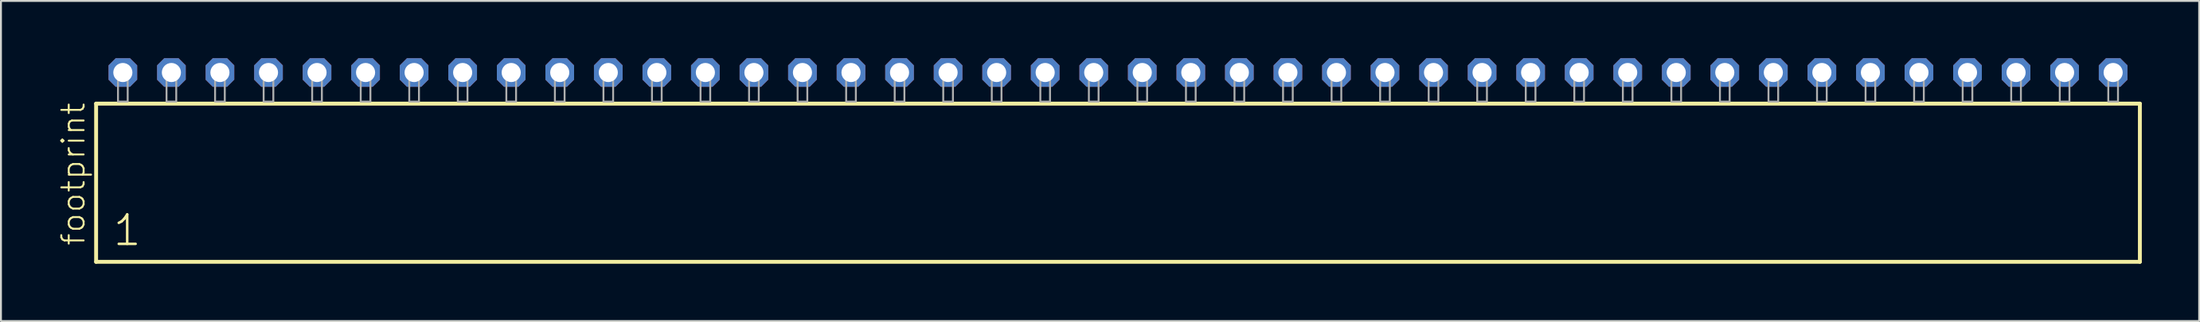
<source format=kicad_pcb>
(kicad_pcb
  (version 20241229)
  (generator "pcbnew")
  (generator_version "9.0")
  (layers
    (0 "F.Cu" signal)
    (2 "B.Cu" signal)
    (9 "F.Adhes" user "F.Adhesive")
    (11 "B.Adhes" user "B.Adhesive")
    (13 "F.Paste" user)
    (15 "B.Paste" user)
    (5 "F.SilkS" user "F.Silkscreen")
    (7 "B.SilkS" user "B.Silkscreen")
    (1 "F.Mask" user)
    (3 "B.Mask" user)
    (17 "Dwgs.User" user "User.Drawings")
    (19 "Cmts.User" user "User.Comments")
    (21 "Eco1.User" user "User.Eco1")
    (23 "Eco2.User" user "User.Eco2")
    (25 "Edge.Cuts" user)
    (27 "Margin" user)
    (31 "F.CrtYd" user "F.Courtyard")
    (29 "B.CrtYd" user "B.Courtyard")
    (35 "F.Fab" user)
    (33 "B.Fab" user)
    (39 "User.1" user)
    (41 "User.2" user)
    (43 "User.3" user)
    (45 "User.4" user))
  (footprint "footprint"
    (layer "F.Cu")
    (at 55.448 2.274)
    (property "Reference" "footprint" (at -53.975 7.62 90) (layer "F.SilkS") (effects (font (size 1.168 1.168) (thickness 0.102)) (justify left bottom)))
    (fp_line (start -53.469 0.106) (end -53.469 8.396) (stroke (width 0.203) (type solid)) (layer "F.SilkS"))
    (fp_line (start -53.469 8.396) (end 53.469 8.396) (stroke (width 0.203) (type solid)) (layer "F.SilkS"))
    (fp_line (start 53.469 0.106) (end -53.469 0.106) (stroke (width 0.203) (type solid)) (layer "F.SilkS"))
    (fp_line (start 53.469 8.396) (end 53.469 0.106) (stroke (width 0.203) (type solid)) (layer "F.SilkS"))
    (fp_poly (pts (xy -52.324 0) (xy -51.816 0) (xy -51.816 -1.778) (xy -52.324 -1.778)) (stroke (width 0.1) (type solid)) (fill no) (layer "F.Fab"))
    (fp_poly (pts (xy -49.784 0) (xy -49.276 0) (xy -49.276 -1.778) (xy -49.784 -1.778)) (stroke (width 0.1) (type solid)) (fill no) (layer "F.Fab"))
    (fp_poly (pts (xy -47.244 0) (xy -46.736 0) (xy -46.736 -1.778) (xy -47.244 -1.778)) (stroke (width 0.1) (type solid)) (fill no) (layer "F.Fab"))
    (fp_poly (pts (xy -44.704 0) (xy -44.196 0) (xy -44.196 -1.778) (xy -44.704 -1.778)) (stroke (width 0.1) (type solid)) (fill no) (layer "F.Fab"))
    (fp_poly (pts (xy -42.164 0) (xy -41.656 0) (xy -41.656 -1.778) (xy -42.164 -1.778)) (stroke (width 0.1) (type solid)) (fill no) (layer "F.Fab"))
    (fp_poly (pts (xy -39.624 0) (xy -39.116 0) (xy -39.116 -1.778) (xy -39.624 -1.778)) (stroke (width 0.1) (type solid)) (fill no) (layer "F.Fab"))
    (fp_poly (pts (xy -37.084 0) (xy -36.576 0) (xy -36.576 -1.778) (xy -37.084 -1.778)) (stroke (width 0.1) (type solid)) (fill no) (layer "F.Fab"))
    (fp_poly (pts (xy -34.544 0) (xy -34.036 0) (xy -34.036 -1.778) (xy -34.544 -1.778)) (stroke (width 0.1) (type solid)) (fill no) (layer "F.Fab"))
    (fp_poly (pts (xy -32.004 0) (xy -31.496 0) (xy -31.496 -1.778) (xy -32.004 -1.778)) (stroke (width 0.1) (type solid)) (fill no) (layer "F.Fab"))
    (fp_poly (pts (xy -29.464 0) (xy -28.956 0) (xy -28.956 -1.778) (xy -29.464 -1.778)) (stroke (width 0.1) (type solid)) (fill no) (layer "F.Fab"))
    (fp_poly (pts (xy -26.924 0) (xy -26.416 0) (xy -26.416 -1.778) (xy -26.924 -1.778)) (stroke (width 0.1) (type solid)) (fill no) (layer "F.Fab"))
    (fp_poly (pts (xy -24.384 0) (xy -23.876 0) (xy -23.876 -1.778) (xy -24.384 -1.778)) (stroke (width 0.1) (type solid)) (fill no) (layer "F.Fab"))
    (fp_poly (pts (xy -21.844 0) (xy -21.336 0) (xy -21.336 -1.778) (xy -21.844 -1.778)) (stroke (width 0.1) (type solid)) (fill no) (layer "F.Fab"))
    (fp_poly (pts (xy -19.304 0) (xy -18.796 0) (xy -18.796 -1.778) (xy -19.304 -1.778)) (stroke (width 0.1) (type solid)) (fill no) (layer "F.Fab"))
    (fp_poly (pts (xy -16.764 0) (xy -16.256 0) (xy -16.256 -1.778) (xy -16.764 -1.778)) (stroke (width 0.1) (type solid)) (fill no) (layer "F.Fab"))
    (fp_poly (pts (xy -14.224 0) (xy -13.716 0) (xy -13.716 -1.778) (xy -14.224 -1.778)) (stroke (width 0.1) (type solid)) (fill no) (layer "F.Fab"))
    (fp_poly (pts (xy -11.684 0) (xy -11.176 0) (xy -11.176 -1.778) (xy -11.684 -1.778)) (stroke (width 0.1) (type solid)) (fill no) (layer "F.Fab"))
    (fp_poly (pts (xy -9.144 0) (xy -8.636 0) (xy -8.636 -1.778) (xy -9.144 -1.778)) (stroke (width 0.1) (type solid)) (fill no) (layer "F.Fab"))
    (fp_poly (pts (xy -6.604 0) (xy -6.096 0) (xy -6.096 -1.778) (xy -6.604 -1.778)) (stroke (width 0.1) (type solid)) (fill no) (layer "F.Fab"))
    (fp_poly (pts (xy -4.064 0) (xy -3.556 0) (xy -3.556 -1.778) (xy -4.064 -1.778)) (stroke (width 0.1) (type solid)) (fill no) (layer "F.Fab"))
    (fp_poly (pts (xy -1.524 0) (xy -1.016 0) (xy -1.016 -1.778) (xy -1.524 -1.778)) (stroke (width 0.1) (type solid)) (fill no) (layer "F.Fab"))
    (fp_poly (pts (xy 1.016 0) (xy 1.524 0) (xy 1.524 -1.778) (xy 1.016 -1.778)) (stroke (width 0.1) (type solid)) (fill no) (layer "F.Fab"))
    (fp_poly (pts (xy 3.556 0) (xy 4.064 0) (xy 4.064 -1.778) (xy 3.556 -1.778)) (stroke (width 0.1) (type solid)) (fill no) (layer "F.Fab"))
    (fp_poly (pts (xy 6.096 0) (xy 6.604 0) (xy 6.604 -1.778) (xy 6.096 -1.778)) (stroke (width 0.1) (type solid)) (fill no) (layer "F.Fab"))
    (fp_poly (pts (xy 8.636 0) (xy 9.144 0) (xy 9.144 -1.778) (xy 8.636 -1.778)) (stroke (width 0.1) (type solid)) (fill no) (layer "F.Fab"))
    (fp_poly (pts (xy 11.176 0) (xy 11.684 0) (xy 11.684 -1.778) (xy 11.176 -1.778)) (stroke (width 0.1) (type solid)) (fill no) (layer "F.Fab"))
    (fp_poly (pts (xy 13.716 0) (xy 14.224 0) (xy 14.224 -1.778) (xy 13.716 -1.778)) (stroke (width 0.1) (type solid)) (fill no) (layer "F.Fab"))
    (fp_poly (pts (xy 16.256 0) (xy 16.764 0) (xy 16.764 -1.778) (xy 16.256 -1.778)) (stroke (width 0.1) (type solid)) (fill no) (layer "F.Fab"))
    (fp_poly (pts (xy 18.796 0) (xy 19.304 0) (xy 19.304 -1.778) (xy 18.796 -1.778)) (stroke (width 0.1) (type solid)) (fill no) (layer "F.Fab"))
    (fp_poly (pts (xy 21.336 0) (xy 21.844 0) (xy 21.844 -1.778) (xy 21.336 -1.778)) (stroke (width 0.1) (type solid)) (fill no) (layer "F.Fab"))
    (fp_poly (pts (xy 23.876 0) (xy 24.384 0) (xy 24.384 -1.778) (xy 23.876 -1.778)) (stroke (width 0.1) (type solid)) (fill no) (layer "F.Fab"))
    (fp_poly (pts (xy 26.416 0) (xy 26.924 0) (xy 26.924 -1.778) (xy 26.416 -1.778)) (stroke (width 0.1) (type solid)) (fill no) (layer "F.Fab"))
    (fp_poly (pts (xy 28.956 0) (xy 29.464 0) (xy 29.464 -1.778) (xy 28.956 -1.778)) (stroke (width 0.1) (type solid)) (fill no) (layer "F.Fab"))
    (fp_poly (pts (xy 31.496 0) (xy 32.004 0) (xy 32.004 -1.778) (xy 31.496 -1.778)) (stroke (width 0.1) (type solid)) (fill no) (layer "F.Fab"))
    (fp_poly (pts (xy 34.036 0) (xy 34.544 0) (xy 34.544 -1.778) (xy 34.036 -1.778)) (stroke (width 0.1) (type solid)) (fill no) (layer "F.Fab"))
    (fp_poly (pts (xy 36.576 0) (xy 37.084 0) (xy 37.084 -1.778) (xy 36.576 -1.778)) (stroke (width 0.1) (type solid)) (fill no) (layer "F.Fab"))
    (fp_poly (pts (xy 39.116 0) (xy 39.624 0) (xy 39.624 -1.778) (xy 39.116 -1.778)) (stroke (width 0.1) (type solid)) (fill no) (layer "F.Fab"))
    (fp_poly (pts (xy 41.656 0) (xy 42.164 0) (xy 42.164 -1.778) (xy 41.656 -1.778)) (stroke (width 0.1) (type solid)) (fill no) (layer "F.Fab"))
    (fp_poly (pts (xy 44.196 0) (xy 44.704 0) (xy 44.704 -1.778) (xy 44.196 -1.778)) (stroke (width 0.1) (type solid)) (fill no) (layer "F.Fab"))
    (fp_poly (pts (xy 46.736 0) (xy 47.244 0) (xy 47.244 -1.778) (xy 46.736 -1.778)) (stroke (width 0.1) (type solid)) (fill no) (layer "F.Fab"))
    (fp_poly (pts (xy 49.276 0) (xy 49.784 0) (xy 49.784 -1.778) (xy 49.276 -1.778)) (stroke (width 0.1) (type solid)) (fill no) (layer "F.Fab"))
    (fp_poly (pts (xy 51.816 0) (xy 52.324 0) (xy 52.324 -1.778) (xy 51.816 -1.778)) (stroke (width 0.1) (type solid)) (fill no) (layer "F.Fab"))
    (fp_text user "1" (at -52.665 7.65 0) (layer "F.SilkS") (effects (font (size 1.542 1.542) (thickness 0.134)) (justify left bottom)))
    (pad "1" thru_hole roundrect (at -52.07 -1.524) (size 1.5 1.5) (drill 1) (layers "*.Cu" "*.Mask") (roundrect_rratio 0.25) (chamfer_ratio 0.25) (chamfer top_left top_right bottom_left bottom_right))
    (pad "2" thru_hole roundrect (at -49.53 -1.524) (size 1.5 1.5) (drill 1) (layers "*.Cu" "*.Mask") (roundrect_rratio 0.25) (chamfer_ratio 0.25) (chamfer top_left top_right bottom_left bottom_right))
    (pad "3" thru_hole roundrect (at -46.99 -1.524) (size 1.5 1.5) (drill 1) (layers "*.Cu" "*.Mask") (roundrect_rratio 0.25) (chamfer_ratio 0.25) (chamfer top_left top_right bottom_left bottom_right))
    (pad "4" thru_hole roundrect (at -44.45 -1.524) (size 1.5 1.5) (drill 1) (layers "*.Cu" "*.Mask") (roundrect_rratio 0.25) (chamfer_ratio 0.25) (chamfer top_left top_right bottom_left bottom_right))
    (pad "5" thru_hole roundrect (at -41.91 -1.524) (size 1.5 1.5) (drill 1) (layers "*.Cu" "*.Mask") (roundrect_rratio 0.25) (chamfer_ratio 0.25) (chamfer top_left top_right bottom_left bottom_right))
    (pad "6" thru_hole roundrect (at -39.37 -1.524) (size 1.5 1.5) (drill 1) (layers "*.Cu" "*.Mask") (roundrect_rratio 0.25) (chamfer_ratio 0.25) (chamfer top_left top_right bottom_left bottom_right))
    (pad "7" thru_hole roundrect (at -36.83 -1.524) (size 1.5 1.5) (drill 1) (layers "*.Cu" "*.Mask") (roundrect_rratio 0.25) (chamfer_ratio 0.25) (chamfer top_left top_right bottom_left bottom_right))
    (pad "8" thru_hole roundrect (at -34.29 -1.524) (size 1.5 1.5) (drill 1) (layers "*.Cu" "*.Mask") (roundrect_rratio 0.25) (chamfer_ratio 0.25) (chamfer top_left top_right bottom_left bottom_right))
    (pad "9" thru_hole roundrect (at -31.75 -1.524) (size 1.5 1.5) (drill 1) (layers "*.Cu" "*.Mask") (roundrect_rratio 0.25) (chamfer_ratio 0.25) (chamfer top_left top_right bottom_left bottom_right))
    (pad "10" thru_hole roundrect (at -29.21 -1.524) (size 1.5 1.5) (drill 1) (layers "*.Cu" "*.Mask") (roundrect_rratio 0.25) (chamfer_ratio 0.25) (chamfer top_left top_right bottom_left bottom_right))
    (pad "11" thru_hole roundrect (at -26.67 -1.524) (size 1.5 1.5) (drill 1) (layers "*.Cu" "*.Mask") (roundrect_rratio 0.25) (chamfer_ratio 0.25) (chamfer top_left top_right bottom_left bottom_right))
    (pad "12" thru_hole roundrect (at -24.13 -1.524) (size 1.5 1.5) (drill 1) (layers "*.Cu" "*.Mask") (roundrect_rratio 0.25) (chamfer_ratio 0.25) (chamfer top_left top_right bottom_left bottom_right))
    (pad "13" thru_hole roundrect (at -21.59 -1.524) (size 1.5 1.5) (drill 1) (layers "*.Cu" "*.Mask") (roundrect_rratio 0.25) (chamfer_ratio 0.25) (chamfer top_left top_right bottom_left bottom_right))
    (pad "14" thru_hole roundrect (at -19.05 -1.524) (size 1.5 1.5) (drill 1) (layers "*.Cu" "*.Mask") (roundrect_rratio 0.25) (chamfer_ratio 0.25) (chamfer top_left top_right bottom_left bottom_right))
    (pad "15" thru_hole roundrect (at -16.51 -1.524) (size 1.5 1.5) (drill 1) (layers "*.Cu" "*.Mask") (roundrect_rratio 0.25) (chamfer_ratio 0.25) (chamfer top_left top_right bottom_left bottom_right))
    (pad "16" thru_hole roundrect (at -13.97 -1.524) (size 1.5 1.5) (drill 1) (layers "*.Cu" "*.Mask") (roundrect_rratio 0.25) (chamfer_ratio 0.25) (chamfer top_left top_right bottom_left bottom_right))
    (pad "17" thru_hole roundrect (at -11.43 -1.524) (size 1.5 1.5) (drill 1) (layers "*.Cu" "*.Mask") (roundrect_rratio 0.25) (chamfer_ratio 0.25) (chamfer top_left top_right bottom_left bottom_right))
    (pad "18" thru_hole roundrect (at -8.89 -1.524) (size 1.5 1.5) (drill 1) (layers "*.Cu" "*.Mask") (roundrect_rratio 0.25) (chamfer_ratio 0.25) (chamfer top_left top_right bottom_left bottom_right))
    (pad "19" thru_hole roundrect (at -6.35 -1.524) (size 1.5 1.5) (drill 1) (layers "*.Cu" "*.Mask") (roundrect_rratio 0.25) (chamfer_ratio 0.25) (chamfer top_left top_right bottom_left bottom_right))
    (pad "20" thru_hole roundrect (at -3.81 -1.524) (size 1.5 1.5) (drill 1) (layers "*.Cu" "*.Mask") (roundrect_rratio 0.25) (chamfer_ratio 0.25) (chamfer top_left top_right bottom_left bottom_right))
    (pad "21" thru_hole roundrect (at -1.27 -1.524) (size 1.5 1.5) (drill 1) (layers "*.Cu" "*.Mask") (roundrect_rratio 0.25) (chamfer_ratio 0.25) (chamfer top_left top_right bottom_left bottom_right))
    (pad "22" thru_hole roundrect (at 1.27 -1.524) (size 1.5 1.5) (drill 1) (layers "*.Cu" "*.Mask") (roundrect_rratio 0.25) (chamfer_ratio 0.25) (chamfer top_left top_right bottom_left bottom_right))
    (pad "23" thru_hole roundrect (at 3.81 -1.524) (size 1.5 1.5) (drill 1) (layers "*.Cu" "*.Mask") (roundrect_rratio 0.25) (chamfer_ratio 0.25) (chamfer top_left top_right bottom_left bottom_right))
    (pad "24" thru_hole roundrect (at 6.35 -1.524) (size 1.5 1.5) (drill 1) (layers "*.Cu" "*.Mask") (roundrect_rratio 0.25) (chamfer_ratio 0.25) (chamfer top_left top_right bottom_left bottom_right))
    (pad "25" thru_hole roundrect (at 8.89 -1.524) (size 1.5 1.5) (drill 1) (layers "*.Cu" "*.Mask") (roundrect_rratio 0.25) (chamfer_ratio 0.25) (chamfer top_left top_right bottom_left bottom_right))
    (pad "26" thru_hole roundrect (at 11.43 -1.524) (size 1.5 1.5) (drill 1) (layers "*.Cu" "*.Mask") (roundrect_rratio 0.25) (chamfer_ratio 0.25) (chamfer top_left top_right bottom_left bottom_right))
    (pad "27" thru_hole roundrect (at 13.97 -1.524) (size 1.5 1.5) (drill 1) (layers "*.Cu" "*.Mask") (roundrect_rratio 0.25) (chamfer_ratio 0.25) (chamfer top_left top_right bottom_left bottom_right))
    (pad "28" thru_hole roundrect (at 16.51 -1.524) (size 1.5 1.5) (drill 1) (layers "*.Cu" "*.Mask") (roundrect_rratio 0.25) (chamfer_ratio 0.25) (chamfer top_left top_right bottom_left bottom_right))
    (pad "29" thru_hole roundrect (at 19.05 -1.524) (size 1.5 1.5) (drill 1) (layers "*.Cu" "*.Mask") (roundrect_rratio 0.25) (chamfer_ratio 0.25) (chamfer top_left top_right bottom_left bottom_right))
    (pad "30" thru_hole roundrect (at 21.59 -1.524) (size 1.5 1.5) (drill 1) (layers "*.Cu" "*.Mask") (roundrect_rratio 0.25) (chamfer_ratio 0.25) (chamfer top_left top_right bottom_left bottom_right))
    (pad "31" thru_hole roundrect (at 24.13 -1.524) (size 1.5 1.5) (drill 1) (layers "*.Cu" "*.Mask") (roundrect_rratio 0.25) (chamfer_ratio 0.25) (chamfer top_left top_right bottom_left bottom_right))
    (pad "32" thru_hole roundrect (at 26.67 -1.524) (size 1.5 1.5) (drill 1) (layers "*.Cu" "*.Mask") (roundrect_rratio 0.25) (chamfer_ratio 0.25) (chamfer top_left top_right bottom_left bottom_right))
    (pad "33" thru_hole roundrect (at 29.21 -1.524) (size 1.5 1.5) (drill 1) (layers "*.Cu" "*.Mask") (roundrect_rratio 0.25) (chamfer_ratio 0.25) (chamfer top_left top_right bottom_left bottom_right))
    (pad "34" thru_hole roundrect (at 31.75 -1.524) (size 1.5 1.5) (drill 1) (layers "*.Cu" "*.Mask") (roundrect_rratio 0.25) (chamfer_ratio 0.25) (chamfer top_left top_right bottom_left bottom_right))
    (pad "35" thru_hole roundrect (at 34.29 -1.524) (size 1.5 1.5) (drill 1) (layers "*.Cu" "*.Mask") (roundrect_rratio 0.25) (chamfer_ratio 0.25) (chamfer top_left top_right bottom_left bottom_right))
    (pad "36" thru_hole roundrect (at 36.83 -1.524) (size 1.5 1.5) (drill 1) (layers "*.Cu" "*.Mask") (roundrect_rratio 0.25) (chamfer_ratio 0.25) (chamfer top_left top_right bottom_left bottom_right))
    (pad "37" thru_hole roundrect (at 39.37 -1.524) (size 1.5 1.5) (drill 1) (layers "*.Cu" "*.Mask") (roundrect_rratio 0.25) (chamfer_ratio 0.25) (chamfer top_left top_right bottom_left bottom_right))
    (pad "38" thru_hole roundrect (at 41.91 -1.524) (size 1.5 1.5) (drill 1) (layers "*.Cu" "*.Mask") (roundrect_rratio 0.25) (chamfer_ratio 0.25) (chamfer top_left top_right bottom_left bottom_right))
    (pad "39" thru_hole roundrect (at 44.45 -1.524) (size 1.5 1.5) (drill 1) (layers "*.Cu" "*.Mask") (roundrect_rratio 0.25) (chamfer_ratio 0.25) (chamfer top_left top_right bottom_left bottom_right))
    (pad "40" thru_hole roundrect (at 46.99 -1.524) (size 1.5 1.5) (drill 1) (layers "*.Cu" "*.Mask") (roundrect_rratio 0.25) (chamfer_ratio 0.25) (chamfer top_left top_right bottom_left bottom_right))
    (pad "41" thru_hole roundrect (at 49.53 -1.524) (size 1.5 1.5) (drill 1) (layers "*.Cu" "*.Mask") (roundrect_rratio 0.25) (chamfer_ratio 0.25) (chamfer top_left top_right bottom_left bottom_right))
    (pad "42" thru_hole roundrect (at 52.07 -1.524) (size 1.5 1.5) (drill 1) (layers "*.Cu" "*.Mask") (roundrect_rratio 0.25) (chamfer_ratio 0.25) (chamfer top_left top_right bottom_left bottom_right)))
  (gr_rect
    (start -3 -3)
    (end 112.019 13.772)
    (stroke (width 0.1) (type default))
    (fill no)
    (layer "Edge.Cuts")))
</source>
